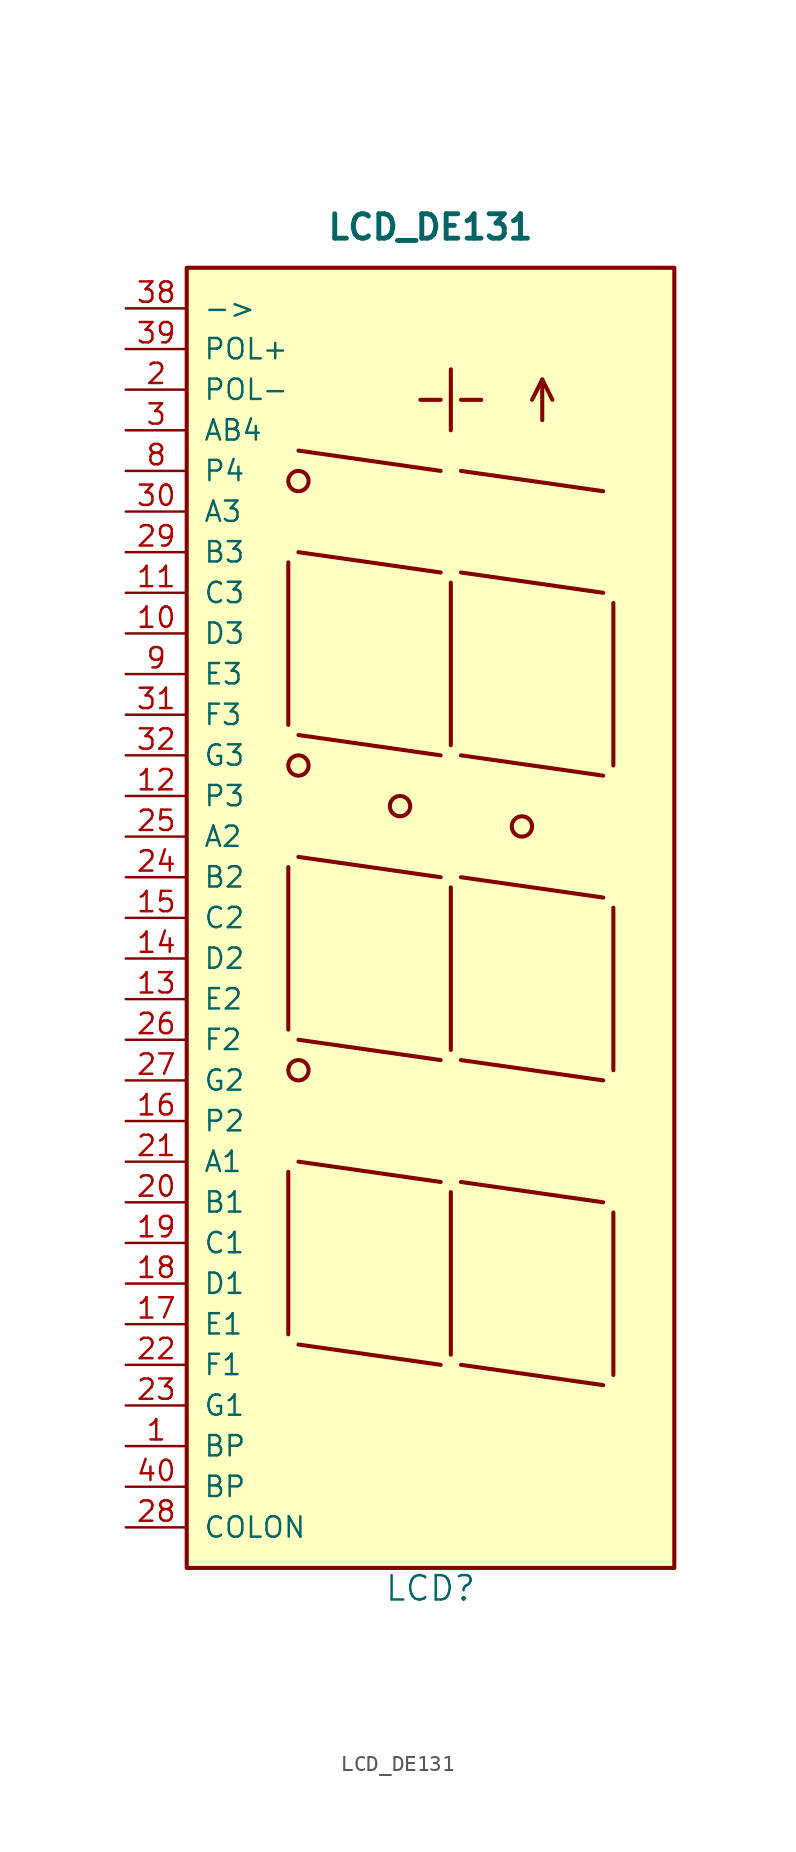
<source format=kicad_sym>
(kicad_symbol_lib
  (version 20231120)
  (generator "kicad_symbol_editor")
  (generator_version "8.0")
  (symbol "LCD_DE131"
    (pin_names
      (offset 1.016))
    (property "Reference" "LCD"
      (at 0 -41.91 0)
      (effects (font (size 1.524 1.524))))
    (property "Value" "LCD_DE131"
      (at 0 43.18 0)
      (effects (font (size 1.524 1.524) (bold yes))))
    (property "Datasheet" ""
      (at 0 0 0)
      (effects (font (size 1.524 1.524))))
    (symbol "LCD_DE131_0_0"
      (rectangle (start -15.24 -40.64) (end 15.24 40.64) (stroke (width 0.254) (type default)) (fill (type background)))
      (circle (center -8.255 -9.525) (radius 0.635) (stroke (width 0.254) (type default)) (fill (type none)))
      (circle (center -8.255 9.525) (radius 0.635) (stroke (width 0.254) (type default)) (fill (type none)))
      (circle (center -8.255 27.305) (radius 0.635) (stroke (width 0.254) (type default)) (fill (type none)))
      (circle (center -1.905 6.985) (radius 0.635) (stroke (width 0.254) (type default)) (fill (type none)))
      (polyline (pts (xy -8.89 -15.875) (xy -8.89 -26.035)) (stroke (width 0.254) (type default)) (fill (type none)))
      (polyline (pts (xy -8.89 3.175) (xy -8.89 -6.985)) (stroke (width 0.254) (type default)) (fill (type none)))
      (polyline (pts (xy -8.89 22.225) (xy -8.89 12.065)) (stroke (width 0.254) (type default)) (fill (type none)))
      (polyline (pts (xy -8.255 -26.67) (xy 0.635 -27.94)) (stroke (width 0.254) (type default)) (fill (type none)))
      (polyline (pts (xy -8.255 -15.24) (xy 0.635 -16.51)) (stroke (width 0.254) (type default)) (fill (type none)))
      (polyline (pts (xy -8.255 -7.62) (xy 0.635 -8.89)) (stroke (width 0.254) (type default)) (fill (type none)))
      (polyline (pts (xy -8.255 3.81) (xy 0.635 2.54)) (stroke (width 0.254) (type default)) (fill (type none)))
      (polyline (pts (xy -8.255 11.43) (xy 0.635 10.16)) (stroke (width 0.254) (type default)) (fill (type none)))
      (polyline (pts (xy -8.255 22.86) (xy 0.635 21.59)) (stroke (width 0.254) (type default)) (fill (type none)))
      (polyline (pts (xy -8.255 29.21) (xy 0.635 27.94)) (stroke (width 0.254) (type default)) (fill (type none)))
      (polyline (pts (xy 1.27 -17.145) (xy 1.27 -27.305)) (stroke (width 0.254) (type default)) (fill (type none)))
      (polyline (pts (xy 1.27 1.905) (xy 1.27 -8.255)) (stroke (width 0.254) (type default)) (fill (type none)))
      (polyline (pts (xy 1.27 20.955) (xy 1.27 10.795)) (stroke (width 0.254) (type default)) (fill (type none)))
      (polyline (pts (xy 1.905 -27.94) (xy 10.795 -29.21)) (stroke (width 0.254) (type default)) (fill (type none)))
      (polyline (pts (xy 1.905 -16.51) (xy 10.795 -17.78)) (stroke (width 0.254) (type default)) (fill (type none)))
      (polyline (pts (xy 1.905 -8.89) (xy 10.795 -10.16)) (stroke (width 0.254) (type default)) (fill (type none)))
      (polyline (pts (xy 1.905 2.54) (xy 10.795 1.27)) (stroke (width 0.254) (type default)) (fill (type none)))
      (polyline (pts (xy 1.905 10.16) (xy 10.795 8.89)) (stroke (width 0.254) (type default)) (fill (type none)))
      (polyline (pts (xy 1.905 21.59) (xy 10.795 20.32)) (stroke (width 0.254) (type default)) (fill (type none)))
      (polyline (pts (xy 1.905 27.94) (xy 10.795 26.67)) (stroke (width 0.254) (type default)) (fill (type none)))
      (polyline (pts (xy 6.985 33.655) (xy 7.62 32.385)) (stroke (width 0.254) (type default)) (fill (type none)))
      (polyline (pts (xy 11.43 -18.415) (xy 11.43 -28.575)) (stroke (width 0.254) (type default)) (fill (type none)))
      (polyline (pts (xy 11.43 0.635) (xy 11.43 -9.525)) (stroke (width 0.254) (type default)) (fill (type none)))
      (polyline (pts (xy 11.43 19.685) (xy 11.43 9.525)) (stroke (width 0.254) (type default)) (fill (type none)))
      (polyline (pts (xy 0.635 32.385) (xy -0.635 32.385) (xy -0.635 32.385)) (stroke (width 0.254) (type default)) (fill (type none)))
      (polyline (pts (xy 1.27 34.29) (xy 1.27 30.48) (xy 1.27 30.48)) (stroke (width 0.254) (type default)) (fill (type none)))
      (polyline (pts (xy 1.905 32.385) (xy 3.175 32.385) (xy 3.175 32.385)) (stroke (width 0.254) (type default)) (fill (type none)))
      (polyline (pts (xy 6.985 31.115) (xy 6.985 33.655) (xy 6.35 32.385)) (stroke (width 0.254) (type default)) (fill (type none)))
      (circle (center 5.715 5.715) (radius 0.635) (stroke (width 0.254) (type default)) (fill (type none))))
    (symbol "LCD_DE131_1_1"
      (pin passive line (at -19.05 -33.02 0) (length 3.81) (name "BP" (effects (font (size 1.27 1.27)))) (number "1" (effects (font (size 1.27 1.27)))))
      (pin passive line (at -19.05 17.78 0) (length 3.81) (name "D3" (effects (font (size 1.27 1.27)))) (number "10" (effects (font (size 1.27 1.27)))))
      (pin passive line (at -19.05 20.32 0) (length 3.81) (name "C3" (effects (font (size 1.27 1.27)))) (number "11" (effects (font (size 1.27 1.27)))))
      (pin passive line (at -19.05 7.62 0) (length 3.81) (name "P3" (effects (font (size 1.27 1.27)))) (number "12" (effects (font (size 1.27 1.27)))))
      (pin passive line (at -19.05 -5.08 0) (length 3.81) (name "E2" (effects (font (size 1.27 1.27)))) (number "13" (effects (font (size 1.27 1.27)))))
      (pin passive line (at -19.05 -2.54 0) (length 3.81) (name "D2" (effects (font (size 1.27 1.27)))) (number "14" (effects (font (size 1.27 1.27)))))
      (pin passive line (at -19.05 0 0) (length 3.81) (name "C2" (effects (font (size 1.27 1.27)))) (number "15" (effects (font (size 1.27 1.27)))))
      (pin passive line (at -19.05 -12.7 0) (length 3.81) (name "P2" (effects (font (size 1.27 1.27)))) (number "16" (effects (font (size 1.27 1.27)))))
      (pin passive line (at -19.05 -25.4 0) (length 3.81) (name "E1" (effects (font (size 1.27 1.27)))) (number "17" (effects (font (size 1.27 1.27)))))
      (pin passive line (at -19.05 -22.86 0) (length 3.81) (name "D1" (effects (font (size 1.27 1.27)))) (number "18" (effects (font (size 1.27 1.27)))))
      (pin passive line (at -19.05 -20.32 0) (length 3.81) (name "C1" (effects (font (size 1.27 1.27)))) (number "19" (effects (font (size 1.27 1.27)))))
      (pin passive line (at -19.05 33.02 0) (length 3.81) (name "POL-" (effects (font (size 1.27 1.27)))) (number "2" (effects (font (size 1.27 1.27)))))
      (pin passive line (at -19.05 -17.78 0) (length 3.81) (name "B1" (effects (font (size 1.27 1.27)))) (number "20" (effects (font (size 1.27 1.27)))))
      (pin passive line (at -19.05 -15.24 0) (length 3.81) (name "A1" (effects (font (size 1.27 1.27)))) (number "21" (effects (font (size 1.27 1.27)))))
      (pin passive line (at -19.05 -27.94 0) (length 3.81) (name "F1" (effects (font (size 1.27 1.27)))) (number "22" (effects (font (size 1.27 1.27)))))
      (pin passive line (at -19.05 -30.48 0) (length 3.81) (name "G1" (effects (font (size 1.27 1.27)))) (number "23" (effects (font (size 1.27 1.27)))))
      (pin passive line (at -19.05 2.54 0) (length 3.81) (name "B2" (effects (font (size 1.27 1.27)))) (number "24" (effects (font (size 1.27 1.27)))))
      (pin passive line (at -19.05 5.08 0) (length 3.81) (name "A2" (effects (font (size 1.27 1.27)))) (number "25" (effects (font (size 1.27 1.27)))))
      (pin passive line (at -19.05 -7.62 0) (length 3.81) (name "F2" (effects (font (size 1.27 1.27)))) (number "26" (effects (font (size 1.27 1.27)))))
      (pin passive line (at -19.05 -10.16 0) (length 3.81) (name "G2" (effects (font (size 1.27 1.27)))) (number "27" (effects (font (size 1.27 1.27)))))
      (pin passive line (at -19.05 -38.1 0) (length 3.81) (name "COLON" (effects (font (size 1.27 1.27)))) (number "28" (effects (font (size 1.27 1.27)))))
      (pin passive line (at -19.05 22.86 0) (length 3.81) (name "B3" (effects (font (size 1.27 1.27)))) (number "29" (effects (font (size 1.27 1.27)))))
      (pin passive line (at -19.05 30.48 0) (length 3.81) (name "AB4" (effects (font (size 1.27 1.27)))) (number "3" (effects (font (size 1.27 1.27)))))
      (pin passive line (at -19.05 25.4 0) (length 3.81) (name "A3" (effects (font (size 1.27 1.27)))) (number "30" (effects (font (size 1.27 1.27)))))
      (pin passive line (at -19.05 12.7 0) (length 3.81) (name "F3" (effects (font (size 1.27 1.27)))) (number "31" (effects (font (size 1.27 1.27)))))
      (pin passive line (at -19.05 10.16 0) (length 3.81) (name "G3" (effects (font (size 1.27 1.27)))) (number "32" (effects (font (size 1.27 1.27)))))
      (pin passive line (at -19.05 38.1 0) (length 3.81) (name "->" (effects (font (size 1.27 1.27)))) (number "38" (effects (font (size 1.27 1.27)))))
      (pin passive line (at -19.05 35.56 0) (length 3.81) (name "POL+" (effects (font (size 1.27 1.27)))) (number "39" (effects (font (size 1.27 1.27)))))
      (pin passive line (at -19.05 -35.56 0) (length 3.81) (name "BP" (effects (font (size 1.27 1.27)))) (number "40" (effects (font (size 1.27 1.27)))))
      (pin passive line (at -19.05 27.94 0) (length 3.81) (name "P4" (effects (font (size 1.27 1.27)))) (number "8" (effects (font (size 1.27 1.27)))))
      (pin passive line (at -19.05 15.24 0) (length 3.81) (name "E3" (effects (font (size 1.27 1.27)))) (number "9" (effects (font (size 1.27 1.27))))))))
</source>
